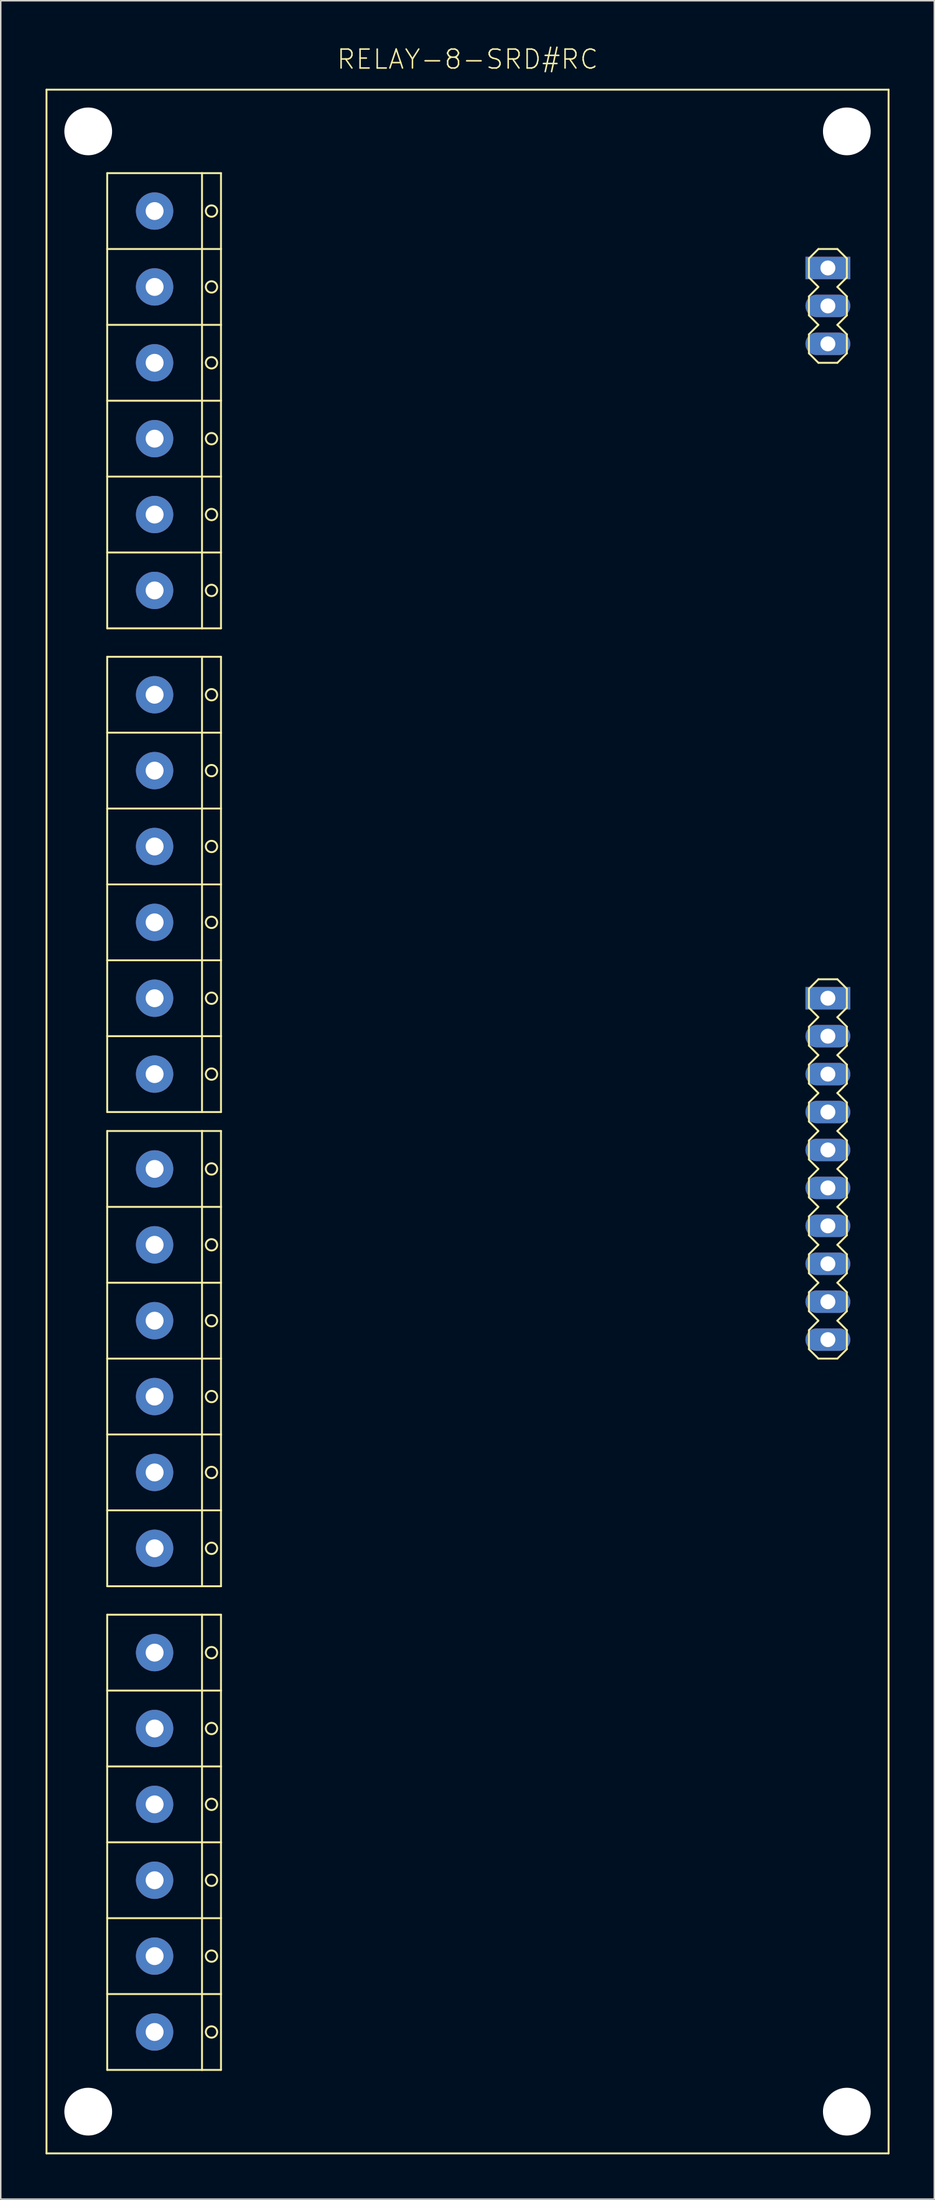
<source format=kicad_pcb>
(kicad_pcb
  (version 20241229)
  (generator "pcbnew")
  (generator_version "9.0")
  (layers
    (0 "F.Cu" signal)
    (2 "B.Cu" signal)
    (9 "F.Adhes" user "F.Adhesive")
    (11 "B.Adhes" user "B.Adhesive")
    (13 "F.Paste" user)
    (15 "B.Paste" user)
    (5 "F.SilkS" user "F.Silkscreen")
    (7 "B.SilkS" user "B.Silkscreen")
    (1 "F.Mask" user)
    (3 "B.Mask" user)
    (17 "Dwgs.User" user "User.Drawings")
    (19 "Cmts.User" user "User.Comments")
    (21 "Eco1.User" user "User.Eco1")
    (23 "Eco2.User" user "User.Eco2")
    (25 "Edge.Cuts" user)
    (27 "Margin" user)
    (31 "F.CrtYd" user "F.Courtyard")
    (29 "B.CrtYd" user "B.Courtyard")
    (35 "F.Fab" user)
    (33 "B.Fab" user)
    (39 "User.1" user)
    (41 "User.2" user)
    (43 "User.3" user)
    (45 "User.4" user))
  (footprint "RELAY-8-SRD#RC"
    (layer "F.Cu")
    (at 28.258 72.041)
    (property "Reference" "RELAY-8-SRD#RC" (at 0 -71.12 0) (layer "F.SilkS") (effects (font (size 1.27 1.27) (thickness 0.102))))
    (attr exclude_from_pos_files exclude_from_bom)
    (fp_line (start -28.194 -69.088) (end 28.194 -69.088) (stroke (width 0.127) (type solid)) (layer "F.SilkS"))
    (fp_line (start -28.194 69.088) (end -28.194 -69.088) (stroke (width 0.127) (type solid)) (layer "F.SilkS"))
    (fp_line (start -24.13 -63.5) (end -17.78 -63.5) (stroke (width 0.127) (type solid)) (layer "F.SilkS"))
    (fp_line (start -24.13 -58.42) (end -24.13 -63.5) (stroke (width 0.127) (type solid)) (layer "F.SilkS"))
    (fp_line (start -24.13 -53.34) (end -24.13 -58.42) (stroke (width 0.127) (type solid)) (layer "F.SilkS"))
    (fp_line (start -24.13 -53.34) (end -24.13 -48.26) (stroke (width 0.127) (type solid)) (layer "F.SilkS"))
    (fp_line (start -24.13 -48.26) (end -24.13 -43.18) (stroke (width 0.127) (type solid)) (layer "F.SilkS"))
    (fp_line (start -24.13 -48.26) (end -16.51 -48.26) (stroke (width 0.127) (type solid)) (layer "F.SilkS"))
    (fp_line (start -24.13 -43.18) (end -24.13 -38.1) (stroke (width 0.127) (type solid)) (layer "F.SilkS"))
    (fp_line (start -24.13 -43.18) (end -16.51 -43.18) (stroke (width 0.127) (type solid)) (layer "F.SilkS"))
    (fp_line (start -24.13 -38.1) (end -24.13 -33.02) (stroke (width 0.127) (type solid)) (layer "F.SilkS"))
    (fp_line (start -24.13 -38.1) (end -16.51 -38.1) (stroke (width 0.127) (type solid)) (layer "F.SilkS"))
    (fp_line (start -24.13 -33.02) (end -17.78 -33.02) (stroke (width 0.127) (type solid)) (layer "F.SilkS"))
    (fp_line (start -24.13 -31.115) (end -17.78 -31.115) (stroke (width 0.127) (type solid)) (layer "F.SilkS"))
    (fp_line (start -24.13 -26.035) (end -24.13 -31.115) (stroke (width 0.127) (type solid)) (layer "F.SilkS"))
    (fp_line (start -24.13 -20.955) (end -24.13 -26.035) (stroke (width 0.127) (type solid)) (layer "F.SilkS"))
    (fp_line (start -24.13 -20.955) (end -24.13 -15.875) (stroke (width 0.127) (type solid)) (layer "F.SilkS"))
    (fp_line (start -24.13 -15.875) (end -24.13 -10.795) (stroke (width 0.127) (type solid)) (layer "F.SilkS"))
    (fp_line (start -24.13 -15.875) (end -16.51 -15.875) (stroke (width 0.127) (type solid)) (layer "F.SilkS"))
    (fp_line (start -24.13 -10.795) (end -24.13 -5.715) (stroke (width 0.127) (type solid)) (layer "F.SilkS"))
    (fp_line (start -24.13 -10.795) (end -16.51 -10.795) (stroke (width 0.127) (type solid)) (layer "F.SilkS"))
    (fp_line (start -24.13 -5.715) (end -24.13 -0.635) (stroke (width 0.127) (type solid)) (layer "F.SilkS"))
    (fp_line (start -24.13 -5.715) (end -16.51 -5.715) (stroke (width 0.127) (type solid)) (layer "F.SilkS"))
    (fp_line (start -24.13 -0.635) (end -17.78 -0.635) (stroke (width 0.127) (type solid)) (layer "F.SilkS"))
    (fp_line (start -24.13 0.635) (end -17.78 0.635) (stroke (width 0.127) (type solid)) (layer "F.SilkS"))
    (fp_line (start -24.13 5.715) (end -24.13 0.635) (stroke (width 0.127) (type solid)) (layer "F.SilkS"))
    (fp_line (start -24.13 10.795) (end -24.13 5.715) (stroke (width 0.127) (type solid)) (layer "F.SilkS"))
    (fp_line (start -24.13 10.795) (end -24.13 15.875) (stroke (width 0.127) (type solid)) (layer "F.SilkS"))
    (fp_line (start -24.13 15.875) (end -24.13 20.955) (stroke (width 0.127) (type solid)) (layer "F.SilkS"))
    (fp_line (start -24.13 15.875) (end -16.51 15.875) (stroke (width 0.127) (type solid)) (layer "F.SilkS"))
    (fp_line (start -24.13 20.955) (end -24.13 26.035) (stroke (width 0.127) (type solid)) (layer "F.SilkS"))
    (fp_line (start -24.13 20.955) (end -16.51 20.955) (stroke (width 0.127) (type solid)) (layer "F.SilkS"))
    (fp_line (start -24.13 26.035) (end -24.13 31.115) (stroke (width 0.127) (type solid)) (layer "F.SilkS"))
    (fp_line (start -24.13 26.035) (end -16.51 26.035) (stroke (width 0.127) (type solid)) (layer "F.SilkS"))
    (fp_line (start -24.13 31.115) (end -17.78 31.115) (stroke (width 0.127) (type solid)) (layer "F.SilkS"))
    (fp_line (start -24.13 33.02) (end -17.78 33.02) (stroke (width 0.127) (type solid)) (layer "F.SilkS"))
    (fp_line (start -24.13 38.1) (end -24.13 33.02) (stroke (width 0.127) (type solid)) (layer "F.SilkS"))
    (fp_line (start -24.13 43.18) (end -24.13 38.1) (stroke (width 0.127) (type solid)) (layer "F.SilkS"))
    (fp_line (start -24.13 43.18) (end -24.13 48.26) (stroke (width 0.127) (type solid)) (layer "F.SilkS"))
    (fp_line (start -24.13 48.26) (end -24.13 53.34) (stroke (width 0.127) (type solid)) (layer "F.SilkS"))
    (fp_line (start -24.13 48.26) (end -16.51 48.26) (stroke (width 0.127) (type solid)) (layer "F.SilkS"))
    (fp_line (start -24.13 53.34) (end -24.13 58.42) (stroke (width 0.127) (type solid)) (layer "F.SilkS"))
    (fp_line (start -24.13 53.34) (end -16.51 53.34) (stroke (width 0.127) (type solid)) (layer "F.SilkS"))
    (fp_line (start -24.13 58.42) (end -24.13 63.5) (stroke (width 0.127) (type solid)) (layer "F.SilkS"))
    (fp_line (start -24.13 58.42) (end -16.51 58.42) (stroke (width 0.127) (type solid)) (layer "F.SilkS"))
    (fp_line (start -24.13 63.5) (end -17.78 63.5) (stroke (width 0.127) (type solid)) (layer "F.SilkS"))
    (fp_line (start -17.78 -63.5) (end -17.78 -33.02) (stroke (width 0.127) (type solid)) (layer "F.SilkS"))
    (fp_line (start -17.78 -63.5) (end -16.51 -63.5) (stroke (width 0.127) (type solid)) (layer "F.SilkS"))
    (fp_line (start -17.78 -33.02) (end -16.51 -33.02) (stroke (width 0.127) (type solid)) (layer "F.SilkS"))
    (fp_line (start -17.78 -31.115) (end -17.78 -0.635) (stroke (width 0.127) (type solid)) (layer "F.SilkS"))
    (fp_line (start -17.78 -31.115) (end -16.51 -31.115) (stroke (width 0.127) (type solid)) (layer "F.SilkS"))
    (fp_line (start -17.78 -0.635) (end -16.51 -0.635) (stroke (width 0.127) (type solid)) (layer "F.SilkS"))
    (fp_line (start -17.78 0.635) (end -17.78 31.115) (stroke (width 0.127) (type solid)) (layer "F.SilkS"))
    (fp_line (start -17.78 0.635) (end -16.51 0.635) (stroke (width 0.127) (type solid)) (layer "F.SilkS"))
    (fp_line (start -17.78 31.115) (end -16.51 31.115) (stroke (width 0.127) (type solid)) (layer "F.SilkS"))
    (fp_line (start -17.78 33.02) (end -17.78 63.5) (stroke (width 0.127) (type solid)) (layer "F.SilkS"))
    (fp_line (start -17.78 33.02) (end -16.51 33.02) (stroke (width 0.127) (type solid)) (layer "F.SilkS"))
    (fp_line (start -17.78 63.5) (end -16.51 63.5) (stroke (width 0.127) (type solid)) (layer "F.SilkS"))
    (fp_line (start -16.51 -63.5) (end -16.51 -58.42) (stroke (width 0.127) (type solid)) (layer "F.SilkS"))
    (fp_line (start -16.51 -58.42) (end -24.13 -58.42) (stroke (width 0.127) (type solid)) (layer "F.SilkS"))
    (fp_line (start -16.51 -58.42) (end -16.51 -53.34) (stroke (width 0.127) (type solid)) (layer "F.SilkS"))
    (fp_line (start -16.51 -53.34) (end -24.13 -53.34) (stroke (width 0.127) (type solid)) (layer "F.SilkS"))
    (fp_line (start -16.51 -48.26) (end -16.51 -53.34) (stroke (width 0.127) (type solid)) (layer "F.SilkS"))
    (fp_line (start -16.51 -43.18) (end -16.51 -48.26) (stroke (width 0.127) (type solid)) (layer "F.SilkS"))
    (fp_line (start -16.51 -38.1) (end -16.51 -43.18) (stroke (width 0.127) (type solid)) (layer "F.SilkS"))
    (fp_line (start -16.51 -33.02) (end -16.51 -38.1) (stroke (width 0.127) (type solid)) (layer "F.SilkS"))
    (fp_line (start -16.51 -31.115) (end -16.51 -26.035) (stroke (width 0.127) (type solid)) (layer "F.SilkS"))
    (fp_line (start -16.51 -26.035) (end -24.13 -26.035) (stroke (width 0.127) (type solid)) (layer "F.SilkS"))
    (fp_line (start -16.51 -26.035) (end -16.51 -20.955) (stroke (width 0.127) (type solid)) (layer "F.SilkS"))
    (fp_line (start -16.51 -20.955) (end -24.13 -20.955) (stroke (width 0.127) (type solid)) (layer "F.SilkS"))
    (fp_line (start -16.51 -15.875) (end -16.51 -20.955) (stroke (width 0.127) (type solid)) (layer "F.SilkS"))
    (fp_line (start -16.51 -10.795) (end -16.51 -15.875) (stroke (width 0.127) (type solid)) (layer "F.SilkS"))
    (fp_line (start -16.51 -5.715) (end -16.51 -10.795) (stroke (width 0.127) (type solid)) (layer "F.SilkS"))
    (fp_line (start -16.51 -0.635) (end -16.51 -5.715) (stroke (width 0.127) (type solid)) (layer "F.SilkS"))
    (fp_line (start -16.51 0.635) (end -16.51 5.715) (stroke (width 0.127) (type solid)) (layer "F.SilkS"))
    (fp_line (start -16.51 5.715) (end -24.13 5.715) (stroke (width 0.127) (type solid)) (layer "F.SilkS"))
    (fp_line (start -16.51 5.715) (end -16.51 10.795) (stroke (width 0.127) (type solid)) (layer "F.SilkS"))
    (fp_line (start -16.51 10.795) (end -24.13 10.795) (stroke (width 0.127) (type solid)) (layer "F.SilkS"))
    (fp_line (start -16.51 15.875) (end -16.51 10.795) (stroke (width 0.127) (type solid)) (layer "F.SilkS"))
    (fp_line (start -16.51 20.955) (end -16.51 15.875) (stroke (width 0.127) (type solid)) (layer "F.SilkS"))
    (fp_line (start -16.51 26.035) (end -16.51 20.955) (stroke (width 0.127) (type solid)) (layer "F.SilkS"))
    (fp_line (start -16.51 31.115) (end -16.51 26.035) (stroke (width 0.127) (type solid)) (layer "F.SilkS"))
    (fp_line (start -16.51 33.02) (end -16.51 38.1) (stroke (width 0.127) (type solid)) (layer "F.SilkS"))
    (fp_line (start -16.51 38.1) (end -24.13 38.1) (stroke (width 0.127) (type solid)) (layer "F.SilkS"))
    (fp_line (start -16.51 38.1) (end -16.51 43.18) (stroke (width 0.127) (type solid)) (layer "F.SilkS"))
    (fp_line (start -16.51 43.18) (end -24.13 43.18) (stroke (width 0.127) (type solid)) (layer "F.SilkS"))
    (fp_line (start -16.51 48.26) (end -16.51 43.18) (stroke (width 0.127) (type solid)) (layer "F.SilkS"))
    (fp_line (start -16.51 53.34) (end -16.51 48.26) (stroke (width 0.127) (type solid)) (layer "F.SilkS"))
    (fp_line (start -16.51 58.42) (end -16.51 53.34) (stroke (width 0.127) (type solid)) (layer "F.SilkS"))
    (fp_line (start -16.51 63.5) (end -16.51 58.42) (stroke (width 0.127) (type solid)) (layer "F.SilkS"))
    (fp_line (start 22.86 -57.785) (end 23.495 -58.42) (stroke (width 0.127) (type solid)) (layer "F.SilkS"))
    (fp_line (start 22.86 -56.515) (end 22.86 -57.785) (stroke (width 0.127) (type solid)) (layer "F.SilkS"))
    (fp_line (start 22.86 -55.245) (end 23.495 -55.88) (stroke (width 0.127) (type solid)) (layer "F.SilkS"))
    (fp_line (start 22.86 -53.975) (end 22.86 -55.245) (stroke (width 0.127) (type solid)) (layer "F.SilkS"))
    (fp_line (start 22.86 -52.705) (end 23.495 -53.34) (stroke (width 0.127) (type solid)) (layer "F.SilkS"))
    (fp_line (start 22.86 -51.435) (end 22.86 -52.705) (stroke (width 0.127) (type solid)) (layer "F.SilkS"))
    (fp_line (start 22.86 -8.89) (end 23.495 -9.525) (stroke (width 0.127) (type solid)) (layer "F.SilkS"))
    (fp_line (start 22.86 -7.62) (end 22.86 -8.89) (stroke (width 0.127) (type solid)) (layer "F.SilkS"))
    (fp_line (start 22.86 -6.35) (end 23.495 -6.985) (stroke (width 0.127) (type solid)) (layer "F.SilkS"))
    (fp_line (start 22.86 -5.08) (end 22.86 -6.35) (stroke (width 0.127) (type solid)) (layer "F.SilkS"))
    (fp_line (start 22.86 -3.81) (end 23.495 -4.445) (stroke (width 0.127) (type solid)) (layer "F.SilkS"))
    (fp_line (start 22.86 -2.54) (end 22.86 -3.81) (stroke (width 0.127) (type solid)) (layer "F.SilkS"))
    (fp_line (start 22.86 -1.27) (end 23.495 -1.905) (stroke (width 0.127) (type solid)) (layer "F.SilkS"))
    (fp_line (start 22.86 0) (end 22.86 -1.27) (stroke (width 0.127) (type solid)) (layer "F.SilkS"))
    (fp_line (start 22.86 1.27) (end 22.86 2.54) (stroke (width 0.127) (type solid)) (layer "F.SilkS"))
    (fp_line (start 22.86 2.54) (end 23.495 3.175) (stroke (width 0.127) (type solid)) (layer "F.SilkS"))
    (fp_line (start 22.86 3.81) (end 22.86 5.08) (stroke (width 0.127) (type solid)) (layer "F.SilkS"))
    (fp_line (start 22.86 5.08) (end 23.495 5.715) (stroke (width 0.127) (type solid)) (layer "F.SilkS"))
    (fp_line (start 22.86 6.35) (end 23.495 5.715) (stroke (width 0.127) (type solid)) (layer "F.SilkS"))
    (fp_line (start 22.86 7.62) (end 22.86 6.35) (stroke (width 0.127) (type solid)) (layer "F.SilkS"))
    (fp_line (start 22.86 8.89) (end 23.495 8.255) (stroke (width 0.127) (type solid)) (layer "F.SilkS"))
    (fp_line (start 22.86 10.16) (end 22.86 8.89) (stroke (width 0.127) (type solid)) (layer "F.SilkS"))
    (fp_line (start 22.86 11.43) (end 23.495 10.795) (stroke (width 0.127) (type solid)) (layer "F.SilkS"))
    (fp_line (start 22.86 12.7) (end 22.86 11.43) (stroke (width 0.127) (type solid)) (layer "F.SilkS"))
    (fp_line (start 22.86 13.97) (end 23.495 13.335) (stroke (width 0.127) (type solid)) (layer "F.SilkS"))
    (fp_line (start 22.86 15.24) (end 22.86 13.97) (stroke (width 0.127) (type solid)) (layer "F.SilkS"))
    (fp_line (start 23.495 -58.42) (end 24.765 -58.42) (stroke (width 0.127) (type solid)) (layer "F.SilkS"))
    (fp_line (start 23.495 -55.88) (end 22.86 -56.515) (stroke (width 0.127) (type solid)) (layer "F.SilkS"))
    (fp_line (start 23.495 -53.34) (end 22.86 -53.975) (stroke (width 0.127) (type solid)) (layer "F.SilkS"))
    (fp_line (start 23.495 -50.8) (end 22.86 -51.435) (stroke (width 0.127) (type solid)) (layer "F.SilkS"))
    (fp_line (start 23.495 -50.8) (end 24.765 -50.8) (stroke (width 0.127) (type solid)) (layer "F.SilkS"))
    (fp_line (start 23.495 -9.525) (end 24.765 -9.525) (stroke (width 0.127) (type solid)) (layer "F.SilkS"))
    (fp_line (start 23.495 -6.985) (end 22.86 -7.62) (stroke (width 0.127) (type solid)) (layer "F.SilkS"))
    (fp_line (start 23.495 -4.445) (end 22.86 -5.08) (stroke (width 0.127) (type solid)) (layer "F.SilkS"))
    (fp_line (start 23.495 -1.905) (end 22.86 -2.54) (stroke (width 0.127) (type solid)) (layer "F.SilkS"))
    (fp_line (start 23.495 0.635) (end 22.86 0) (stroke (width 0.127) (type solid)) (layer "F.SilkS"))
    (fp_line (start 23.495 0.635) (end 22.86 1.27) (stroke (width 0.127) (type solid)) (layer "F.SilkS"))
    (fp_line (start 23.495 3.175) (end 22.86 3.81) (stroke (width 0.127) (type solid)) (layer "F.SilkS"))
    (fp_line (start 23.495 8.255) (end 22.86 7.62) (stroke (width 0.127) (type solid)) (layer "F.SilkS"))
    (fp_line (start 23.495 10.795) (end 22.86 10.16) (stroke (width 0.127) (type solid)) (layer "F.SilkS"))
    (fp_line (start 23.495 13.335) (end 22.86 12.7) (stroke (width 0.127) (type solid)) (layer "F.SilkS"))
    (fp_line (start 23.495 15.875) (end 22.86 15.24) (stroke (width 0.127) (type solid)) (layer "F.SilkS"))
    (fp_line (start 24.765 -58.42) (end 25.4 -57.785) (stroke (width 0.127) (type solid)) (layer "F.SilkS"))
    (fp_line (start 24.765 -55.88) (end 25.4 -55.245) (stroke (width 0.127) (type solid)) (layer "F.SilkS"))
    (fp_line (start 24.765 -53.34) (end 25.4 -52.705) (stroke (width 0.127) (type solid)) (layer "F.SilkS"))
    (fp_line (start 24.765 -9.525) (end 25.4 -8.89) (stroke (width 0.127) (type solid)) (layer "F.SilkS"))
    (fp_line (start 24.765 -6.985) (end 25.4 -6.35) (stroke (width 0.127) (type solid)) (layer "F.SilkS"))
    (fp_line (start 24.765 -4.445) (end 25.4 -3.81) (stroke (width 0.127) (type solid)) (layer "F.SilkS"))
    (fp_line (start 24.765 -1.905) (end 25.4 -1.27) (stroke (width 0.127) (type solid)) (layer "F.SilkS"))
    (fp_line (start 24.765 3.175) (end 25.4 2.54) (stroke (width 0.127) (type solid)) (layer "F.SilkS"))
    (fp_line (start 24.765 5.715) (end 25.4 5.08) (stroke (width 0.127) (type solid)) (layer "F.SilkS"))
    (fp_line (start 24.765 5.715) (end 25.4 6.35) (stroke (width 0.127) (type solid)) (layer "F.SilkS"))
    (fp_line (start 24.765 8.255) (end 25.4 8.89) (stroke (width 0.127) (type solid)) (layer "F.SilkS"))
    (fp_line (start 24.765 10.795) (end 25.4 11.43) (stroke (width 0.127) (type solid)) (layer "F.SilkS"))
    (fp_line (start 24.765 13.335) (end 25.4 13.97) (stroke (width 0.127) (type solid)) (layer "F.SilkS"))
    (fp_line (start 24.765 15.875) (end 23.495 15.875) (stroke (width 0.127) (type solid)) (layer "F.SilkS"))
    (fp_line (start 25.4 -57.785) (end 25.4 -56.515) (stroke (width 0.127) (type solid)) (layer "F.SilkS"))
    (fp_line (start 25.4 -56.515) (end 24.765 -55.88) (stroke (width 0.127) (type solid)) (layer "F.SilkS"))
    (fp_line (start 25.4 -55.245) (end 25.4 -53.975) (stroke (width 0.127) (type solid)) (layer "F.SilkS"))
    (fp_line (start 25.4 -53.975) (end 24.765 -53.34) (stroke (width 0.127) (type solid)) (layer "F.SilkS"))
    (fp_line (start 25.4 -52.705) (end 25.4 -51.435) (stroke (width 0.127) (type solid)) (layer "F.SilkS"))
    (fp_line (start 25.4 -51.435) (end 24.765 -50.8) (stroke (width 0.127) (type solid)) (layer "F.SilkS"))
    (fp_line (start 25.4 -8.89) (end 25.4 -7.62) (stroke (width 0.127) (type solid)) (layer "F.SilkS"))
    (fp_line (start 25.4 -7.62) (end 24.765 -6.985) (stroke (width 0.127) (type solid)) (layer "F.SilkS"))
    (fp_line (start 25.4 -6.35) (end 25.4 -5.08) (stroke (width 0.127) (type solid)) (layer "F.SilkS"))
    (fp_line (start 25.4 -5.08) (end 24.765 -4.445) (stroke (width 0.127) (type solid)) (layer "F.SilkS"))
    (fp_line (start 25.4 -3.81) (end 25.4 -2.54) (stroke (width 0.127) (type solid)) (layer "F.SilkS"))
    (fp_line (start 25.4 -2.54) (end 24.765 -1.905) (stroke (width 0.127) (type solid)) (layer "F.SilkS"))
    (fp_line (start 25.4 -1.27) (end 25.4 0) (stroke (width 0.127) (type solid)) (layer "F.SilkS"))
    (fp_line (start 25.4 0) (end 24.765 0.635) (stroke (width 0.127) (type solid)) (layer "F.SilkS"))
    (fp_line (start 25.4 1.27) (end 24.765 0.635) (stroke (width 0.127) (type solid)) (layer "F.SilkS"))
    (fp_line (start 25.4 2.54) (end 25.4 1.27) (stroke (width 0.127) (type solid)) (layer "F.SilkS"))
    (fp_line (start 25.4 3.81) (end 24.765 3.175) (stroke (width 0.127) (type solid)) (layer "F.SilkS"))
    (fp_line (start 25.4 5.08) (end 25.4 3.81) (stroke (width 0.127) (type solid)) (layer "F.SilkS"))
    (fp_line (start 25.4 6.35) (end 25.4 7.62) (stroke (width 0.127) (type solid)) (layer "F.SilkS"))
    (fp_line (start 25.4 7.62) (end 24.765 8.255) (stroke (width 0.127) (type solid)) (layer "F.SilkS"))
    (fp_line (start 25.4 8.89) (end 25.4 10.16) (stroke (width 0.127) (type solid)) (layer "F.SilkS"))
    (fp_line (start 25.4 10.16) (end 24.765 10.795) (stroke (width 0.127) (type solid)) (layer "F.SilkS"))
    (fp_line (start 25.4 11.43) (end 25.4 12.7) (stroke (width 0.127) (type solid)) (layer "F.SilkS"))
    (fp_line (start 25.4 12.7) (end 24.765 13.335) (stroke (width 0.127) (type solid)) (layer "F.SilkS"))
    (fp_line (start 25.4 13.97) (end 25.4 15.24) (stroke (width 0.127) (type solid)) (layer "F.SilkS"))
    (fp_line (start 25.4 15.24) (end 24.765 15.875) (stroke (width 0.127) (type solid)) (layer "F.SilkS"))
    (fp_line (start 28.194 -69.088) (end 28.194 69.088) (stroke (width 0.127) (type solid)) (layer "F.SilkS"))
    (fp_line (start 28.194 69.088) (end -28.194 69.088) (stroke (width 0.127) (type solid)) (layer "F.SilkS"))
    (fp_circle (center -17.145 -60.96) (end -17.145 -61.341) (stroke (width 0.127) (type solid)) (fill no) (layer "F.SilkS"))
    (fp_circle (center -17.145 -55.88) (end -17.145 -56.261) (stroke (width 0.127) (type solid)) (fill no) (layer "F.SilkS"))
    (fp_circle (center -17.145 -50.8) (end -17.145 -51.181) (stroke (width 0.127) (type solid)) (fill no) (layer "F.SilkS"))
    (fp_circle (center -17.145 -45.72) (end -17.145 -46.101) (stroke (width 0.127) (type solid)) (fill no) (layer "F.SilkS"))
    (fp_circle (center -17.145 -40.64) (end -17.145 -41.021) (stroke (width 0.127) (type solid)) (fill no) (layer "F.SilkS"))
    (fp_circle (center -17.145 -35.56) (end -17.145 -35.941) (stroke (width 0.127) (type solid)) (fill no) (layer "F.SilkS"))
    (fp_circle (center -17.145 -28.575) (end -17.145 -28.956) (stroke (width 0.127) (type solid)) (fill no) (layer "F.SilkS"))
    (fp_circle (center -17.145 -23.495) (end -17.145 -23.876) (stroke (width 0.127) (type solid)) (fill no) (layer "F.SilkS"))
    (fp_circle (center -17.145 -18.415) (end -17.145 -18.796) (stroke (width 0.127) (type solid)) (fill no) (layer "F.SilkS"))
    (fp_circle (center -17.145 -13.335) (end -17.145 -13.716) (stroke (width 0.127) (type solid)) (fill no) (layer "F.SilkS"))
    (fp_circle (center -17.145 -8.255) (end -17.145 -8.636) (stroke (width 0.127) (type solid)) (fill no) (layer "F.SilkS"))
    (fp_circle (center -17.145 -3.175) (end -17.145 -3.556) (stroke (width 0.127) (type solid)) (fill no) (layer "F.SilkS"))
    (fp_circle (center -17.145 3.175) (end -17.145 2.794) (stroke (width 0.127) (type solid)) (fill no) (layer "F.SilkS"))
    (fp_circle (center -17.145 8.255) (end -17.145 7.874) (stroke (width 0.127) (type solid)) (fill no) (layer "F.SilkS"))
    (fp_circle (center -17.145 13.335) (end -17.145 12.954) (stroke (width 0.127) (type solid)) (fill no) (layer "F.SilkS"))
    (fp_circle (center -17.145 18.415) (end -17.145 18.034) (stroke (width 0.127) (type solid)) (fill no) (layer "F.SilkS"))
    (fp_circle (center -17.145 23.495) (end -17.145 23.114) (stroke (width 0.127) (type solid)) (fill no) (layer "F.SilkS"))
    (fp_circle (center -17.145 28.575) (end -17.145 28.194) (stroke (width 0.127) (type solid)) (fill no) (layer "F.SilkS"))
    (fp_circle (center -17.145 35.56) (end -17.145 35.179) (stroke (width 0.127) (type solid)) (fill no) (layer "F.SilkS"))
    (fp_circle (center -17.145 40.64) (end -17.145 40.259) (stroke (width 0.127) (type solid)) (fill no) (layer "F.SilkS"))
    (fp_circle (center -17.145 45.72) (end -17.145 45.339) (stroke (width 0.127) (type solid)) (fill no) (layer "F.SilkS"))
    (fp_circle (center -17.145 50.8) (end -17.145 50.419) (stroke (width 0.127) (type solid)) (fill no) (layer "F.SilkS"))
    (fp_circle (center -17.145 55.88) (end -17.145 55.499) (stroke (width 0.127) (type solid)) (fill no) (layer "F.SilkS"))
    (fp_circle (center -17.145 60.96) (end -17.145 60.579) (stroke (width 0.127) (type solid)) (fill no) (layer "F.SilkS"))
    (pad "" np_thru_hole circle (at -25.4 -66.294) (size 3.198 3.198) (drill 3.198) (layers "*.Cu" "*.Mask"))
    (pad "" np_thru_hole circle (at -25.4 66.294) (size 3.198 3.198) (drill 3.198) (layers "*.Cu" "*.Mask"))
    (pad "" np_thru_hole circle (at 25.4 -66.294) (size 3.198 3.198) (drill 3.198) (layers "*.Cu" "*.Mask"))
    (pad "" np_thru_hole circle (at 25.4 66.294) (size 3.198 3.198) (drill 3.198) (layers "*.Cu" "*.Mask"))
    (pad "J1.1" thru_hole rect (at 24.13 -8.255) (size 3 1.5) (drill 1) (layers "*.Cu" "*.Paste" "*.Mask"))
    (pad "J1.2" thru_hole oval (at 24.13 -5.715) (size 3 1.5) (drill 1) (layers "*.Cu" "*.Paste" "*.Mask"))
    (pad "J1.3" thru_hole oval (at 24.13 -3.175) (size 3 1.5) (drill 1) (layers "*.Cu" "*.Paste" "*.Mask"))
    (pad "J1.4" thru_hole oval (at 24.13 -0.635) (size 3 1.5) (drill 1) (layers "*.Cu" "*.Paste" "*.Mask"))
    (pad "J1.5" thru_hole oval (at 24.13 1.905) (size 3 1.5) (drill 1) (layers "*.Cu" "*.Paste" "*.Mask"))
    (pad "J1.6" thru_hole oval (at 24.13 4.445) (size 3 1.5) (drill 1) (layers "*.Cu" "*.Paste" "*.Mask"))
    (pad "J1.7" thru_hole oval (at 24.13 6.985) (size 3 1.5) (drill 1) (layers "*.Cu" "*.Paste" "*.Mask"))
    (pad "J1.8" thru_hole oval (at 24.13 9.525) (size 3 1.5) (drill 1) (layers "*.Cu" "*.Paste" "*.Mask"))
    (pad "J1.9" thru_hole oval (at 24.13 12.065) (size 3 1.5) (drill 1) (layers "*.Cu" "*.Paste" "*.Mask"))
    (pad "J1.10" thru_hole oval (at 24.13 14.605) (size 3 1.5) (drill 1) (layers "*.Cu" "*.Paste" "*.Mask"))
    (pad "J2.1" thru_hole rect (at 24.13 -57.15) (size 3 1.5) (drill 1) (layers "*.Cu" "*.Paste" "*.Mask"))
    (pad "J2.2" thru_hole oval (at 24.13 -54.61) (size 3 1.5) (drill 1) (layers "*.Cu" "*.Paste" "*.Mask"))
    (pad "J2.3" thru_hole oval (at 24.13 -52.07) (size 3 1.5) (drill 1) (layers "*.Cu" "*.Paste" "*.Mask"))
    (pad "P1.1" thru_hole circle (at -20.955 -60.96) (size 2.499 2.499) (drill 1.199) (layers "*.Cu" "*.Paste" "*.Mask"))
    (pad "P1.2" thru_hole circle (at -20.955 -55.88) (size 2.499 2.499) (drill 1.199) (layers "*.Cu" "*.Paste" "*.Mask"))
    (pad "P1.3" thru_hole circle (at -20.955 -50.8) (size 2.499 2.499) (drill 1.199) (layers "*.Cu" "*.Paste" "*.Mask"))
    (pad "P1.4" thru_hole circle (at -20.955 -45.72) (size 2.499 2.499) (drill 1.199) (layers "*.Cu" "*.Paste" "*.Mask"))
    (pad "P1.5" thru_hole circle (at -20.955 -40.64) (size 2.499 2.499) (drill 1.199) (layers "*.Cu" "*.Paste" "*.Mask"))
    (pad "P1.6" thru_hole circle (at -20.955 -35.56) (size 2.499 2.499) (drill 1.199) (layers "*.Cu" "*.Paste" "*.Mask"))
    (pad "P2.1" thru_hole circle (at -20.955 -28.575) (size 2.499 2.499) (drill 1.199) (layers "*.Cu" "*.Paste" "*.Mask"))
    (pad "P2.2" thru_hole circle (at -20.955 -23.495) (size 2.499 2.499) (drill 1.199) (layers "*.Cu" "*.Paste" "*.Mask"))
    (pad "P2.3" thru_hole circle (at -20.955 -18.415) (size 2.499 2.499) (drill 1.199) (layers "*.Cu" "*.Paste" "*.Mask"))
    (pad "P2.4" thru_hole circle (at -20.955 -13.335) (size 2.499 2.499) (drill 1.199) (layers "*.Cu" "*.Paste" "*.Mask"))
    (pad "P2.5" thru_hole circle (at -20.955 -8.255) (size 2.499 2.499) (drill 1.199) (layers "*.Cu" "*.Paste" "*.Mask"))
    (pad "P2.6" thru_hole circle (at -20.955 -3.175) (size 2.499 2.499) (drill 1.199) (layers "*.Cu" "*.Paste" "*.Mask"))
    (pad "P3.1" thru_hole circle (at -20.955 3.175) (size 2.499 2.499) (drill 1.199) (layers "*.Cu" "*.Paste" "*.Mask"))
    (pad "P3.2" thru_hole circle (at -20.955 8.255) (size 2.499 2.499) (drill 1.199) (layers "*.Cu" "*.Paste" "*.Mask"))
    (pad "P3.3" thru_hole circle (at -20.955 13.335) (size 2.499 2.499) (drill 1.199) (layers "*.Cu" "*.Paste" "*.Mask"))
    (pad "P3.4" thru_hole circle (at -20.955 18.415) (size 2.499 2.499) (drill 1.199) (layers "*.Cu" "*.Paste" "*.Mask"))
    (pad "P3.5" thru_hole circle (at -20.955 23.495) (size 2.499 2.499) (drill 1.199) (layers "*.Cu" "*.Paste" "*.Mask"))
    (pad "P3.6" thru_hole circle (at -20.955 28.575) (size 2.499 2.499) (drill 1.199) (layers "*.Cu" "*.Paste" "*.Mask"))
    (pad "P4.1" thru_hole circle (at -20.955 35.56) (size 2.499 2.499) (drill 1.199) (layers "*.Cu" "*.Paste" "*.Mask"))
    (pad "P4.2" thru_hole circle (at -20.955 40.64) (size 2.499 2.499) (drill 1.199) (layers "*.Cu" "*.Paste" "*.Mask"))
    (pad "P4.3" thru_hole circle (at -20.955 45.72) (size 2.499 2.499) (drill 1.199) (layers "*.Cu" "*.Paste" "*.Mask"))
    (pad "P4.4" thru_hole circle (at -20.955 50.8) (size 2.499 2.499) (drill 1.199) (layers "*.Cu" "*.Paste" "*.Mask"))
    (pad "P4.5" thru_hole circle (at -20.955 55.88) (size 2.499 2.499) (drill 1.199) (layers "*.Cu" "*.Paste" "*.Mask"))
    (pad "P4.6" thru_hole circle (at -20.955 60.96) (size 2.499 2.499) (drill 1.199) (layers "*.Cu" "*.Paste" "*.Mask")))
  (gr_rect
    (start -3 -3)
    (end 59.515 144.193)
    (stroke (width 0.1) (type default))
    (fill no)
    (layer "Edge.Cuts")))
</source>
